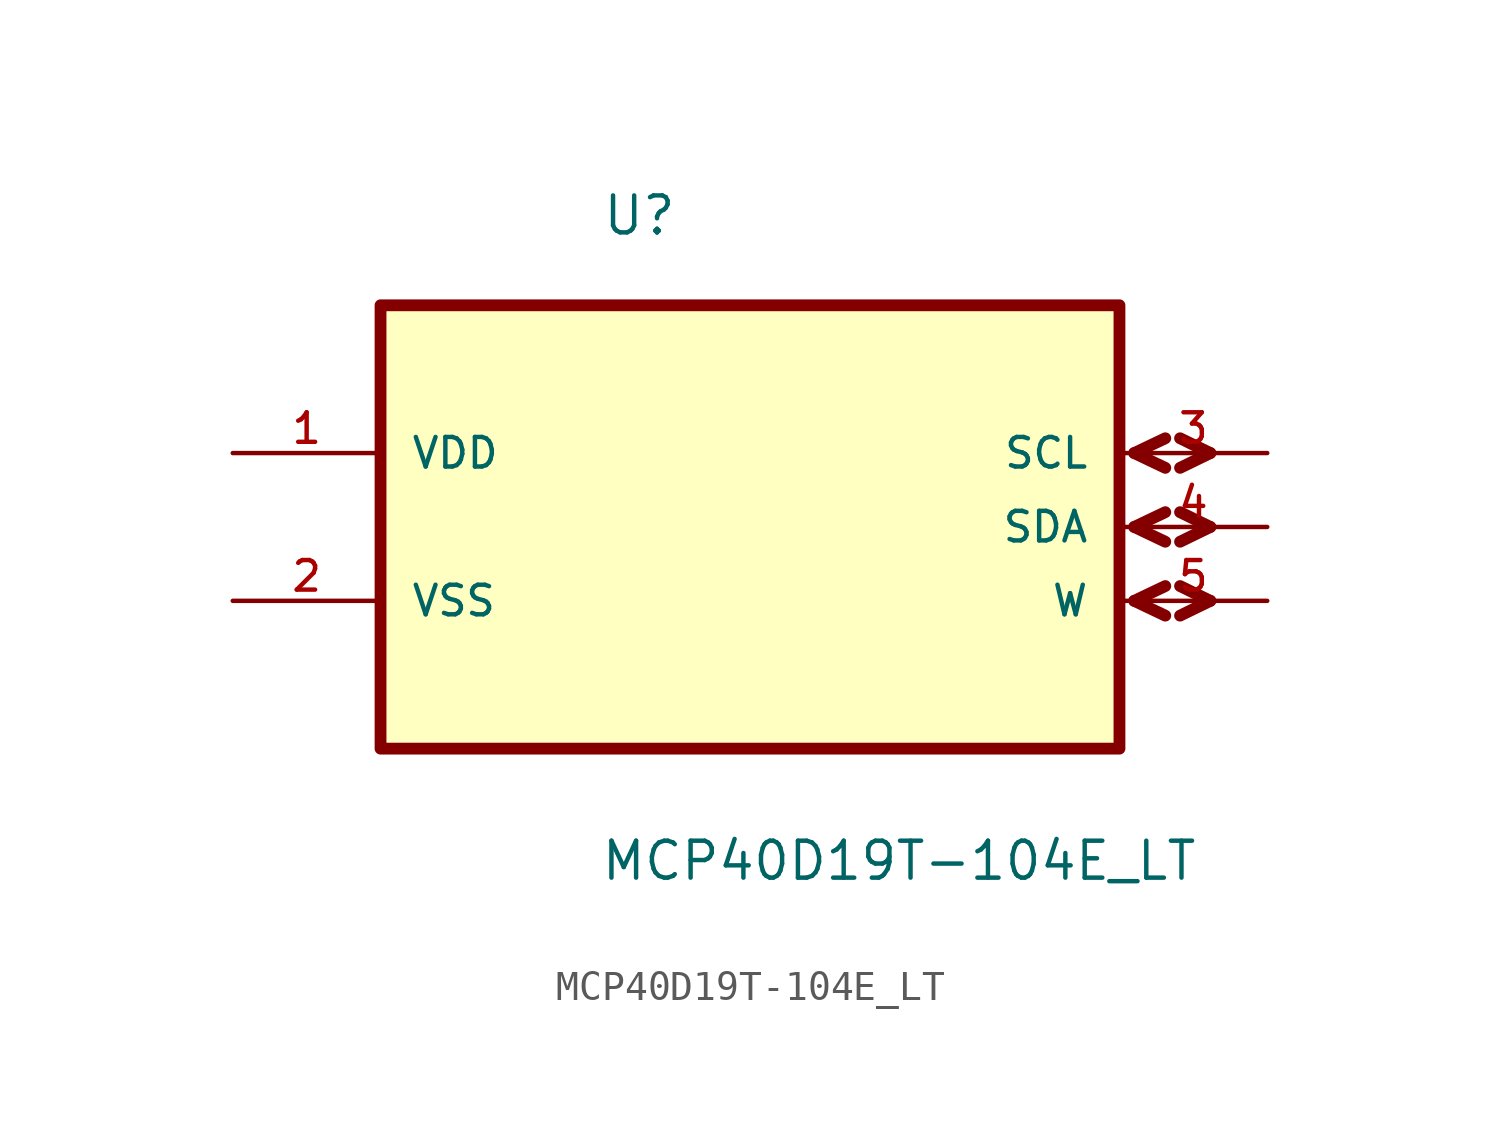
<source format=kicad_sym>
(kicad_symbol_lib
  (version 20211014)
  (generator kicad_symbol_editor)
  (symbol "MCP40D19T-104E_LT"
    (pin_names
      (offset 1.016))
    (property "Reference" "U"
      (at -5.11 7.423 0.0)
      (effects (font (size 1.27 1.27)) (justify bottom left)))
    (property "Value" "MCP40D19T-104E_LT"
      (at -5.165 -14.758 0.0)
      (effects (font (size 1.27 1.27)) (justify bottom left)))
    (symbol "MCP40D19T-104E_LT_0_0"
      (polyline (pts (xy 13.208 0.0) (xy 14.275 0.508)) (stroke (width 0.406)))
      (polyline (pts (xy 13.208 0.0) (xy 14.275 -0.508)) (stroke (width 0.406)))
      (polyline (pts (xy 14.783 0.508) (xy 15.824 0.0)) (stroke (width 0.406)))
      (polyline (pts (xy 14.783 -0.508) (xy 15.824 0.0)) (stroke (width 0.406)))
      (polyline (pts (xy 13.208 -2.54) (xy 14.275 -2.032)) (stroke (width 0.406)))
      (polyline (pts (xy 13.208 -2.54) (xy 14.275 -3.048)) (stroke (width 0.406)))
      (polyline (pts (xy 14.783 -2.032) (xy 15.824 -2.54)) (stroke (width 0.406)))
      (polyline (pts (xy 14.783 -3.048) (xy 15.824 -2.54)) (stroke (width 0.406)))
      (polyline (pts (xy 13.208 -5.08) (xy 14.275 -4.572)) (stroke (width 0.406)))
      (polyline (pts (xy 13.208 -5.08) (xy 14.275 -5.588)) (stroke (width 0.406)))
      (polyline (pts (xy 14.783 -4.572) (xy 15.824 -5.08)) (stroke (width 0.406)))
      (polyline (pts (xy 14.783 -5.588) (xy 15.824 -5.08)) (stroke (width 0.406)))
      (rectangle (start -12.7 -10.16) (end 12.7 5.08) (stroke (width 0.406)) (fill (type background)))
      (pin power_in line (at -17.78 0.0 0) (length 5.08) (name "VDD" (effects (font (size 1.016 1.016)))) (number "1" (effects (font (size 1.016 1.016)))))
      (pin power_in line (at -17.78 -5.08 0) (length 5.08) (name "VSS" (effects (font (size 1.016 1.016)))) (number "2" (effects (font (size 1.016 1.016)))))
      (pin bidirectional line (at 17.78 0.0 180.0) (length 5.08) (name "SCL" (effects (font (size 1.016 1.016)))) (number "3" (effects (font (size 1.016 1.016)))))
      (pin bidirectional line (at 17.78 -2.54 180.0) (length 5.08) (name "SDA" (effects (font (size 1.016 1.016)))) (number "4" (effects (font (size 1.016 1.016)))))
      (pin bidirectional line (at 17.78 -5.08 180.0) (length 5.08) (name "W" (effects (font (size 1.016 1.016)))) (number "5" (effects (font (size 1.016 1.016))))))))
</source>
